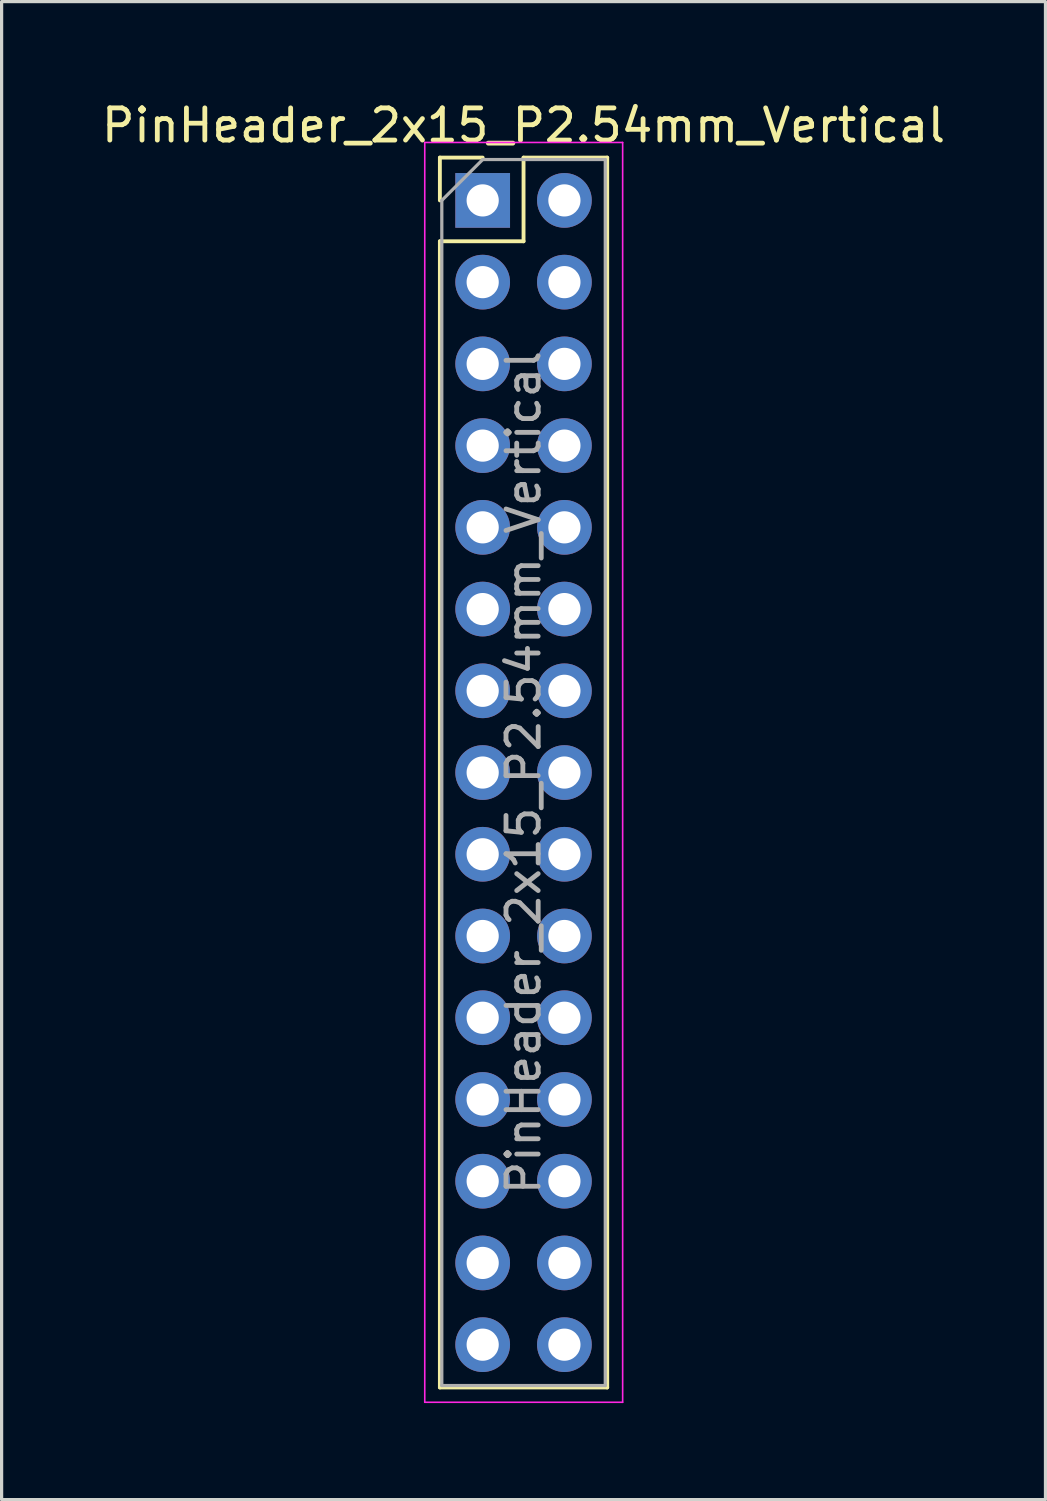
<source format=kicad_pcb>
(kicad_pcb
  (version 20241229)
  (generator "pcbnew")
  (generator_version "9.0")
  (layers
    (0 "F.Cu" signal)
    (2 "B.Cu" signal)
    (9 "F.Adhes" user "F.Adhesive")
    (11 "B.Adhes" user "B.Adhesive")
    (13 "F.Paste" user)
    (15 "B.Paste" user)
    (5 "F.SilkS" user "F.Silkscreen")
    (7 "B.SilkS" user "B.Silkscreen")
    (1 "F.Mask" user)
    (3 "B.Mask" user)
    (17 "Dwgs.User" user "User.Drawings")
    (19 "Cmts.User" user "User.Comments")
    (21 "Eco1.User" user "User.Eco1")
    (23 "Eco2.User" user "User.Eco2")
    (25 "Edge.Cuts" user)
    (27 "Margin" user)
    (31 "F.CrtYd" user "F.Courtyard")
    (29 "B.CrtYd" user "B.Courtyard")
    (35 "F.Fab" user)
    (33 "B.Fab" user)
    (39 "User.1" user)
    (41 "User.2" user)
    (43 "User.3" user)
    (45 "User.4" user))
  (footprint "PinHeader_2x15_P2.54mm_Vertical"
    (layer "F.Cu")
    (at 11.95 3.178)
    (property "Reference" "PinHeader_2x15_P2.54mm_Vertical" (at 1.27 -2.33 0) (layer "F.SilkS") (effects (font (size 1 1) (thickness 0.15))))
    (attr through_hole)
    (fp_line (start -1.33 -1.33) (end 0 -1.33) (stroke (width 0.12) (type solid)) (layer "F.SilkS"))
    (fp_line (start -1.33 0) (end -1.33 -1.33) (stroke (width 0.12) (type solid)) (layer "F.SilkS"))
    (fp_line (start -1.33 1.27) (end -1.33 36.89) (stroke (width 0.12) (type solid)) (layer "F.SilkS"))
    (fp_line (start -1.33 1.27) (end 1.27 1.27) (stroke (width 0.12) (type solid)) (layer "F.SilkS"))
    (fp_line (start -1.33 36.89) (end 3.87 36.89) (stroke (width 0.12) (type solid)) (layer "F.SilkS"))
    (fp_line (start 1.27 -1.33) (end 3.87 -1.33) (stroke (width 0.12) (type solid)) (layer "F.SilkS"))
    (fp_line (start 1.27 1.27) (end 1.27 -1.33) (stroke (width 0.12) (type solid)) (layer "F.SilkS"))
    (fp_line (start 3.87 -1.33) (end 3.87 36.89) (stroke (width 0.12) (type solid)) (layer "F.SilkS"))
    (fp_line (start -1.8 -1.8) (end -1.8 37.35) (stroke (width 0.05) (type solid)) (layer "F.CrtYd"))
    (fp_line (start -1.8 37.35) (end 4.35 37.35) (stroke (width 0.05) (type solid)) (layer "F.CrtYd"))
    (fp_line (start 4.35 -1.8) (end -1.8 -1.8) (stroke (width 0.05) (type solid)) (layer "F.CrtYd"))
    (fp_line (start 4.35 37.35) (end 4.35 -1.8) (stroke (width 0.05) (type solid)) (layer "F.CrtYd"))
    (fp_line (start -1.27 0) (end 0 -1.27) (stroke (width 0.1) (type solid)) (layer "F.Fab"))
    (fp_line (start -1.27 36.83) (end -1.27 0) (stroke (width 0.1) (type solid)) (layer "F.Fab"))
    (fp_line (start 0 -1.27) (end 3.81 -1.27) (stroke (width 0.1) (type solid)) (layer "F.Fab"))
    (fp_line (start 3.81 -1.27) (end 3.81 36.83) (stroke (width 0.1) (type solid)) (layer "F.Fab"))
    (fp_line (start 3.81 36.83) (end -1.27 36.83) (stroke (width 0.1) (type solid)) (layer "F.Fab"))
    (fp_text user "${REFERENCE}" (at 1.27 17.78 90) (layer "F.Fab") (effects (font (size 1 1) (thickness 0.15))))
    (pad "1" thru_hole rect (at 0 0) (size 1.7 1.7) (drill 1) (layers "*.Cu" "*.Mask"))
    (pad "2" thru_hole oval (at 0 2.54) (size 1.7 1.7) (drill 1) (layers "*.Cu" "*.Mask"))
    (pad "3" thru_hole oval (at 0 5.08) (size 1.7 1.7) (drill 1) (layers "*.Cu" "*.Mask"))
    (pad "4" thru_hole oval (at 0 7.62) (size 1.7 1.7) (drill 1) (layers "*.Cu" "*.Mask"))
    (pad "5" thru_hole oval (at 0 10.16) (size 1.7 1.7) (drill 1) (layers "*.Cu" "*.Mask"))
    (pad "6" thru_hole oval (at 0 12.7) (size 1.7 1.7) (drill 1) (layers "*.Cu" "*.Mask"))
    (pad "7" thru_hole oval (at 0 15.24) (size 1.7 1.7) (drill 1) (layers "*.Cu" "*.Mask"))
    (pad "8" thru_hole oval (at 0 17.78) (size 1.7 1.7) (drill 1) (layers "*.Cu" "*.Mask"))
    (pad "9" thru_hole oval (at 0 20.32) (size 1.7 1.7) (drill 1) (layers "*.Cu" "*.Mask"))
    (pad "10" thru_hole oval (at 0 22.86) (size 1.7 1.7) (drill 1) (layers "*.Cu" "*.Mask"))
    (pad "11" thru_hole oval (at 0 25.4) (size 1.7 1.7) (drill 1) (layers "*.Cu" "*.Mask"))
    (pad "12" thru_hole oval (at 0 27.94) (size 1.7 1.7) (drill 1) (layers "*.Cu" "*.Mask"))
    (pad "13" thru_hole oval (at 0 30.48) (size 1.7 1.7) (drill 1) (layers "*.Cu" "*.Mask"))
    (pad "14" thru_hole oval (at 0 33.02) (size 1.7 1.7) (drill 1) (layers "*.Cu" "*.Mask"))
    (pad "15" thru_hole oval (at 0 35.56) (size 1.7 1.7) (drill 1) (layers "*.Cu" "*.Mask"))
    (pad "16" thru_hole oval (at 2.54 0) (size 1.7 1.7) (drill 1) (layers "*.Cu" "*.Mask"))
    (pad "17" thru_hole oval (at 2.54 2.54) (size 1.7 1.7) (drill 1) (layers "*.Cu" "*.Mask"))
    (pad "18" thru_hole oval (at 2.54 5.08) (size 1.7 1.7) (drill 1) (layers "*.Cu" "*.Mask"))
    (pad "19" thru_hole oval (at 2.54 7.62) (size 1.7 1.7) (drill 1) (layers "*.Cu" "*.Mask"))
    (pad "20" thru_hole oval (at 2.54 10.16) (size 1.7 1.7) (drill 1) (layers "*.Cu" "*.Mask"))
    (pad "21" thru_hole oval (at 2.54 12.7) (size 1.7 1.7) (drill 1) (layers "*.Cu" "*.Mask"))
    (pad "22" thru_hole oval (at 2.54 15.24) (size 1.7 1.7) (drill 1) (layers "*.Cu" "*.Mask"))
    (pad "23" thru_hole oval (at 2.54 17.78) (size 1.7 1.7) (drill 1) (layers "*.Cu" "*.Mask"))
    (pad "24" thru_hole oval (at 2.54 20.32) (size 1.7 1.7) (drill 1) (layers "*.Cu" "*.Mask"))
    (pad "25" thru_hole oval (at 2.54 22.86) (size 1.7 1.7) (drill 1) (layers "*.Cu" "*.Mask"))
    (pad "26" thru_hole oval (at 2.54 25.4) (size 1.7 1.7) (drill 1) (layers "*.Cu" "*.Mask"))
    (pad "27" thru_hole oval (at 2.54 27.94) (size 1.7 1.7) (drill 1) (layers "*.Cu" "*.Mask"))
    (pad "28" thru_hole oval (at 2.54 30.48) (size 1.7 1.7) (drill 1) (layers "*.Cu" "*.Mask"))
    (pad "29" thru_hole oval (at 2.54 33.02) (size 1.7 1.7) (drill 1) (layers "*.Cu" "*.Mask"))
    (pad "30" thru_hole oval (at 2.54 35.56) (size 1.7 1.7) (drill 1) (layers "*.Cu" "*.Mask")))
  (gr_rect
    (start -3 -3)
    (end 29.44 43.553)
    (stroke (width 0.1) (type default))
    (fill no)
    (layer "Edge.Cuts")))
</source>
